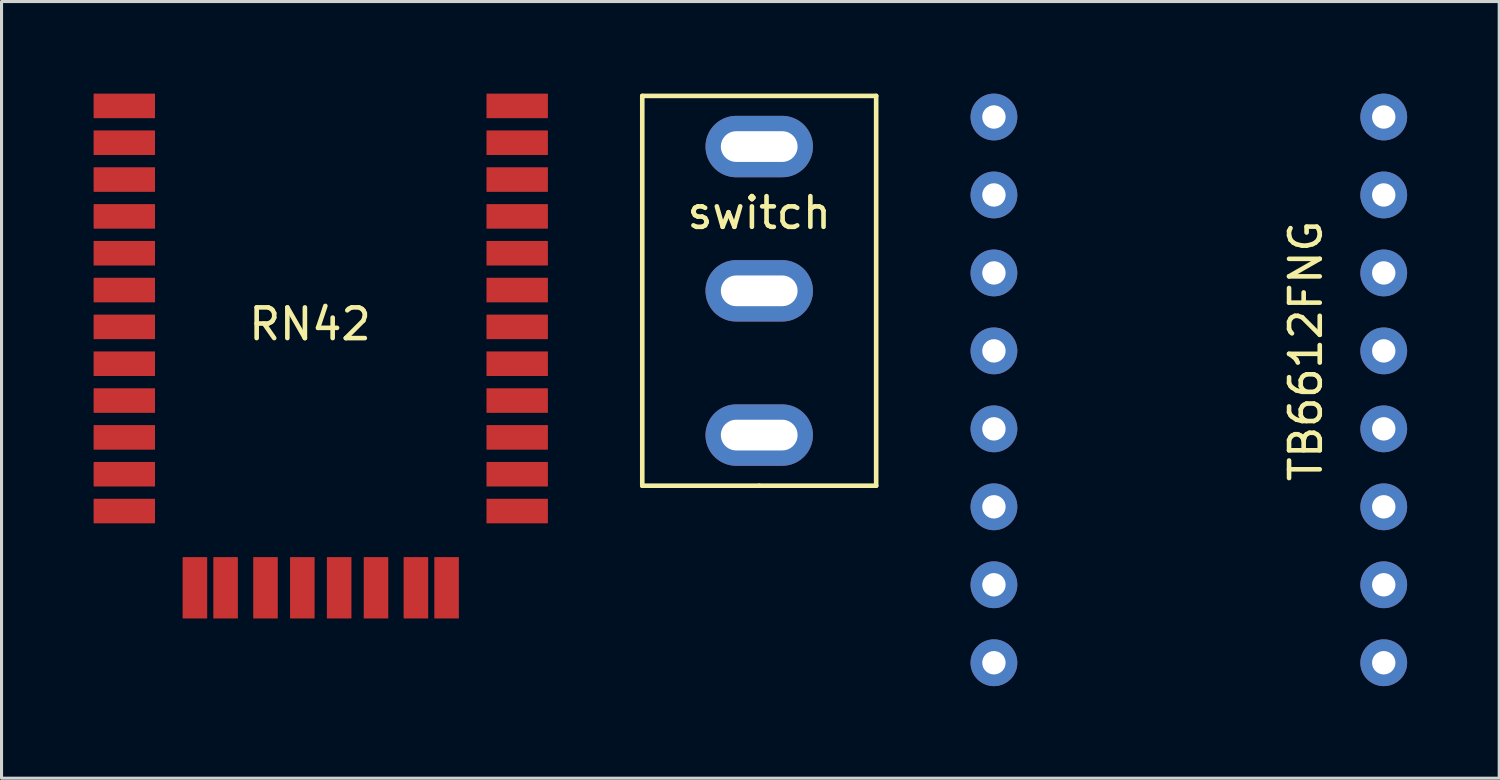
<source format=kicad_pcb>
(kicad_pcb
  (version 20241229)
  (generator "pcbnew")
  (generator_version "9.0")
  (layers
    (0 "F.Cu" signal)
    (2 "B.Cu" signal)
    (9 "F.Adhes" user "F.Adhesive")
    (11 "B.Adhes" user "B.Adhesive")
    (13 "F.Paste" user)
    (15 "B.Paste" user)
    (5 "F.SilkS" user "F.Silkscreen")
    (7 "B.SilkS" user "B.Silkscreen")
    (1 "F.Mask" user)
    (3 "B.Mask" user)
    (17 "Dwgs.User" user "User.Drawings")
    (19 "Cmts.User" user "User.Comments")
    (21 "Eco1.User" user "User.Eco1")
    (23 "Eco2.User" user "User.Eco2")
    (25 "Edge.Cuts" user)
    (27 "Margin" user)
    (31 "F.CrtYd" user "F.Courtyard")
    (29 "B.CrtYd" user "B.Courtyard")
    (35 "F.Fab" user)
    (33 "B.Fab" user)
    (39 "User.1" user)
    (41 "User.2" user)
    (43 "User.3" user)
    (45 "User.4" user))
  (footprint "switch"
    (layer "F.Cu")
    (at 21.685 6.425)
    (property "Reference" "switch" (at 0 -2.54 0) (layer "F.SilkS") (effects (font (size 1 1) (thickness 0.15))))
    (attr through_hole)
    (fp_line (start -3.81 -6.35) (end -3.81 6.35) (stroke (width 0.15) (type solid)) (layer "F.SilkS"))
    (fp_line (start -3.81 6.35) (end 0 6.35) (stroke (width 0.15) (type solid)) (layer "F.SilkS"))
    (fp_line (start 0 6.35) (end 3.81 6.35) (stroke (width 0.15) (type solid)) (layer "F.SilkS"))
    (fp_line (start 3.81 -6.35) (end -3.81 -6.35) (stroke (width 0.15) (type solid)) (layer "F.SilkS"))
    (fp_line (start 3.81 6.35) (end 3.81 -6.35) (stroke (width 0.15) (type solid)) (layer "F.SilkS"))
    (pad "1" thru_hole oval (at 0 4.7) (size 3.5 2) (drill oval 2.5 1) (layers "*.Cu" "*.Mask"))
    (pad "2" thru_hole oval (at 0 0) (size 3.5 2) (drill oval 2.5 1) (layers "*.Cu" "*.Mask"))
    (pad "3" thru_hole oval (at 0 -4.7) (size 3.5 2) (drill oval 2.5 1) (layers "*.Cu" "*.Mask")))
  (footprint "RN42"
    (layer "F.Cu")
    (at 0.7 16.4)
    (property "Reference" "RN42" (at 6.35 -8.89 0) (layer "F.SilkS") (effects (font (size 1 1) (thickness 0.15))))
    (attr through_hole)
    (pad "1" smd rect (at 0.3 -16) (size 2 0.8) (layers "F.Cu" "F.Mask" "F.Paste"))
    (pad "2" smd rect (at 0.3 -14.8) (size 2 0.8) (layers "F.Cu" "F.Mask" "F.Paste"))
    (pad "3" smd rect (at 0.3 -13.6) (size 2 0.8) (layers "F.Cu" "F.Mask" "F.Paste"))
    (pad "4" smd rect (at 0.3 -12.4) (size 2 0.8) (layers "F.Cu" "F.Mask" "F.Paste"))
    (pad "5" smd rect (at 0.3 -11.2) (size 2 0.8) (layers "F.Cu" "F.Mask" "F.Paste"))
    (pad "6" smd rect (at 0.3 -10) (size 2 0.8) (layers "F.Cu" "F.Mask" "F.Paste"))
    (pad "7" smd rect (at 0.3 -8.8) (size 2 0.8) (layers "F.Cu" "F.Mask" "F.Paste"))
    (pad "8" smd rect (at 0.3 -7.6) (size 2 0.8) (layers "F.Cu" "F.Mask" "F.Paste"))
    (pad "9" smd rect (at 0.3 -6.4) (size 2 0.8) (layers "F.Cu" "F.Mask" "F.Paste"))
    (pad "10" smd rect (at 0.3 -5.2) (size 2 0.8) (layers "F.Cu" "F.Mask" "F.Paste"))
    (pad "11" smd rect (at 0.3 -4) (size 2 0.8) (layers "F.Cu" "F.Mask" "F.Paste"))
    (pad "12" smd rect (at 0.3 -2.8) (size 2 0.8) (layers "F.Cu" "F.Mask" "F.Paste"))
    (pad "13" smd rect (at 13.1 -2.8) (size 2 0.8) (layers "F.Cu" "F.Mask" "F.Paste"))
    (pad "14" smd rect (at 13.1 -4) (size 2 0.8) (layers "F.Cu" "F.Mask" "F.Paste"))
    (pad "15" smd rect (at 13.1 -5.2) (size 2 0.8) (layers "F.Cu" "F.Mask" "F.Paste"))
    (pad "16" smd rect (at 13.1 -6.4) (size 2 0.8) (layers "F.Cu" "F.Mask" "F.Paste"))
    (pad "17" smd rect (at 13.1 -7.6) (size 2 0.8) (layers "F.Cu" "F.Mask" "F.Paste"))
    (pad "18" smd rect (at 13.1 -8.8) (size 2 0.8) (layers "F.Cu" "F.Mask" "F.Paste"))
    (pad "19" smd rect (at 13.1 -10) (size 2 0.8) (layers "F.Cu" "F.Mask" "F.Paste"))
    (pad "20" smd rect (at 13.1 -11.2) (size 2 0.8) (layers "F.Cu" "F.Mask" "F.Paste"))
    (pad "21" smd rect (at 13.1 -12.4) (size 2 0.8) (layers "F.Cu" "F.Mask" "F.Paste"))
    (pad "22" smd rect (at 13.1 -13.6) (size 2 0.8) (layers "F.Cu" "F.Mask" "F.Paste"))
    (pad "23" smd rect (at 13.1 -14.8) (size 2 0.8) (layers "F.Cu" "F.Mask" "F.Paste"))
    (pad "24" smd rect (at 13.1 -16) (size 2 0.8) (layers "F.Cu" "F.Mask" "F.Paste"))
    (pad "28" smd rect (at 9.8 -0.3) (size 0.8 2) (layers "F.Cu" "F.Mask" "F.Paste"))
    (pad "29" smd rect (at 3.6 -0.3) (size 0.8 2) (layers "F.Cu" "F.Mask" "F.Paste"))
    (pad "30" smd rect (at 10.8 -0.3) (size 0.8 2) (layers "F.Cu" "F.Mask" "F.Paste"))
    (pad "31" smd rect (at 8.5 -0.3) (size 0.8 2) (layers "F.Cu" "F.Mask" "F.Paste"))
    (pad "32" smd rect (at 7.3 -0.3) (size 0.8 2) (layers "F.Cu" "F.Mask" "F.Paste"))
    (pad "33" smd rect (at 6.1 -0.3) (size 0.8 2) (layers "F.Cu" "F.Mask" "F.Paste"))
    (pad "34" smd rect (at 4.9 -0.3) (size 0.8 2) (layers "F.Cu" "F.Mask" "F.Paste"))
    (pad "35" smd rect (at 2.6 -0.3) (size 0.8 2) (layers "F.Cu" "F.Mask" "F.Paste")))
  (footprint "TB6612FNG"
    (layer "F.Cu")
    (at 36.952 10.922)
    (property "Reference" "TB6612FNG" (at 2.54 -2.54 90) (layer "F.SilkS") (effects (font (size 1 1) (thickness 0.15))))
    (attr through_hole)
    (pad "1" thru_hole circle (at -7.62 -10.16) (size 1.524 1.524) (drill 0.762) (layers "*.Cu" "*.Mask"))
    (pad "2" thru_hole circle (at -7.62 -7.62) (size 1.524 1.524) (drill 0.762) (layers "*.Cu" "*.Mask"))
    (pad "3" thru_hole circle (at -7.62 -5.08) (size 1.524 1.524) (drill 0.762) (layers "*.Cu" "*.Mask"))
    (pad "4" thru_hole circle (at -7.62 -2.54) (size 1.524 1.524) (drill 0.762) (layers "*.Cu" "*.Mask"))
    (pad "5" thru_hole circle (at -7.62 0) (size 1.524 1.524) (drill 0.762) (layers "*.Cu" "*.Mask"))
    (pad "6" thru_hole circle (at -7.62 2.54) (size 1.524 1.524) (drill 0.762) (layers "*.Cu" "*.Mask"))
    (pad "7" thru_hole circle (at -7.62 5.08) (size 1.524 1.524) (drill 0.762) (layers "*.Cu" "*.Mask"))
    (pad "8" thru_hole circle (at -7.62 7.62) (size 1.524 1.524) (drill 0.762) (layers "*.Cu" "*.Mask"))
    (pad "9" thru_hole circle (at 5.08 7.62) (size 1.524 1.524) (drill 0.762) (layers "*.Cu" "*.Mask"))
    (pad "10" thru_hole circle (at 5.08 5.08) (size 1.524 1.524) (drill 0.762) (layers "*.Cu" "*.Mask"))
    (pad "11" thru_hole circle (at 5.08 2.54) (size 1.524 1.524) (drill 0.762) (layers "*.Cu" "*.Mask"))
    (pad "12" thru_hole circle (at 5.08 0) (size 1.524 1.524) (drill 0.762) (layers "*.Cu" "*.Mask"))
    (pad "13" thru_hole circle (at 5.08 -2.54) (size 1.524 1.524) (drill 0.762) (layers "*.Cu" "*.Mask"))
    (pad "14" thru_hole circle (at 5.08 -5.08) (size 1.524 1.524) (drill 0.762) (layers "*.Cu" "*.Mask"))
    (pad "15" thru_hole circle (at 5.08 -7.62) (size 1.524 1.524) (drill 0.762) (layers "*.Cu" "*.Mask"))
    (pad "16" thru_hole circle (at 5.08 -10.16) (size 1.524 1.524) (drill 0.762) (layers "*.Cu" "*.Mask")))
  (gr_rect
    (start -3 -3)
    (end 45.794 22.304)
    (stroke (width 0.1) (type default))
    (fill no)
    (layer "Edge.Cuts")))
</source>
